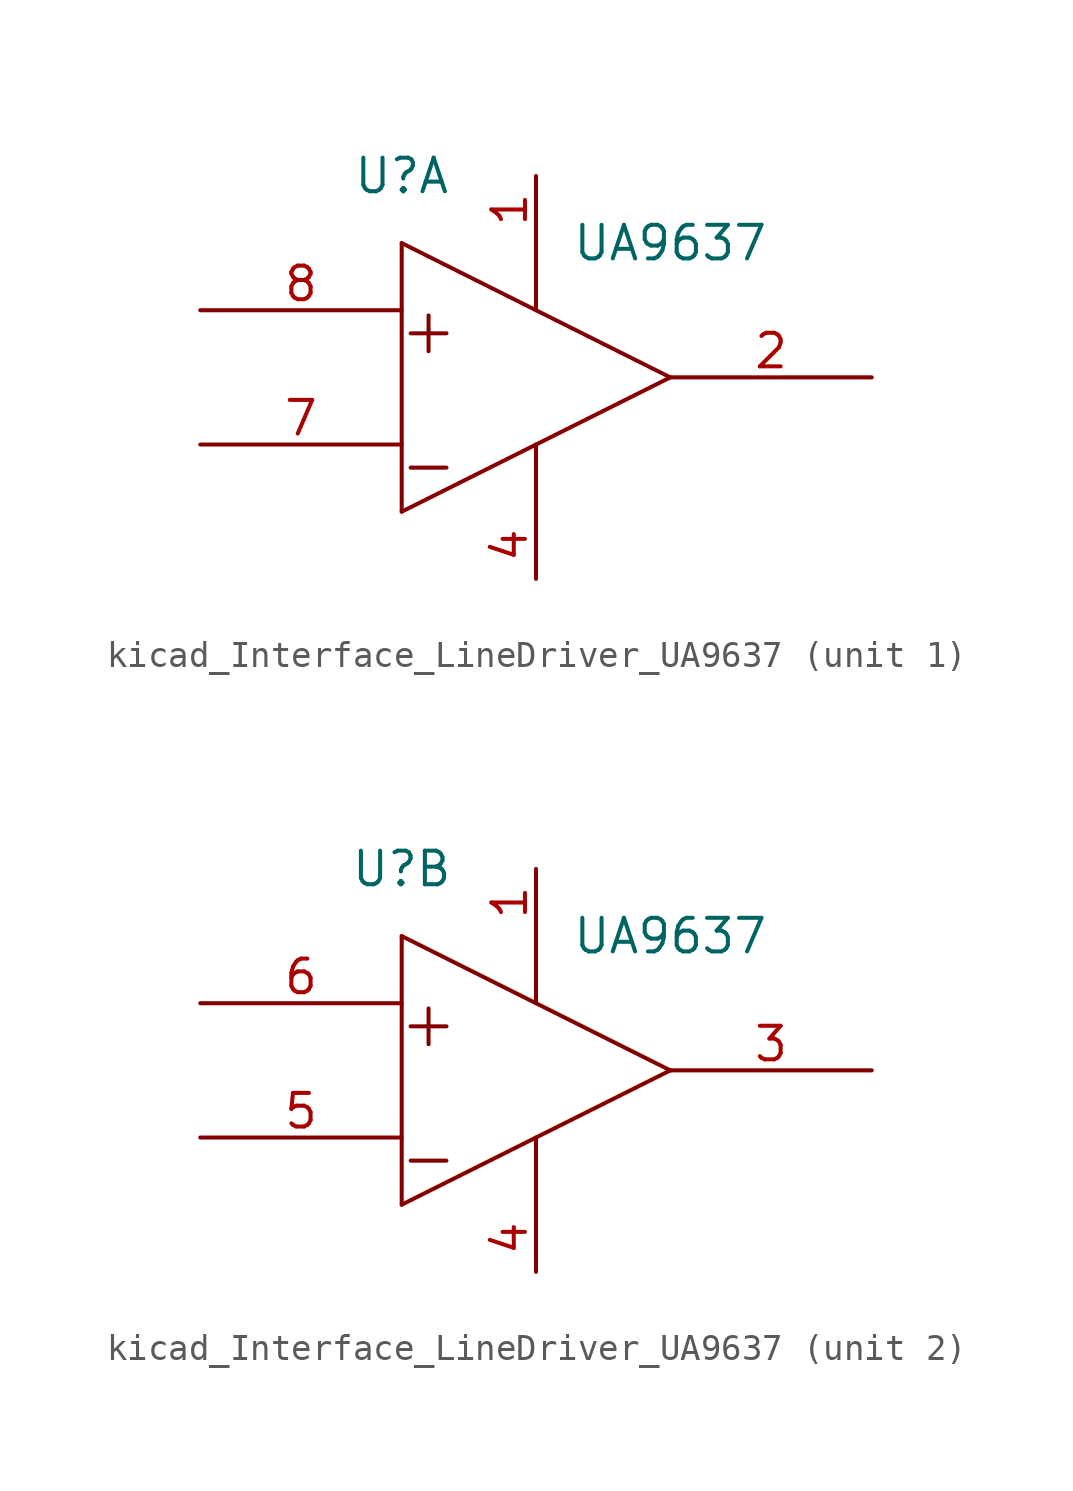
<source format=kicad_sym>
(kicad_symbol_lib
  (version 20220914)
  (generator kicad_symbol_editor)
  (symbol "kicad_Interface_LineDriver_UA9637"
    (pin_names
      (offset 1.016) hide)
    (property "Reference" "U"
      (at -5.08 7.62 0)
      (effects (font (size 1.27 1.27))))
    (property "Value" "UA9637"
      (at 5.08 5.08 0)
      (effects (font (size 1.27 1.27))))
    (symbol "kicad_Interface_LineDriver_UA9637_0_1"
      (polyline (pts (xy -5.08 5.08) (xy -5.08 -5.08)) (stroke (width 0) (type default)) (fill (type none)))
      (polyline (pts (xy -5.08 5.08) (xy 5.08 0)) (stroke (width 0) (type default)) (fill (type none)))
      (polyline (pts (xy 0 -2.54) (xy 0 -5.08)) (stroke (width 0) (type default)) (fill (type none)))
      (polyline (pts (xy 0 5.08) (xy 0 2.54)) (stroke (width 0) (type default)) (fill (type none)))
      (polyline (pts (xy 5.08 0) (xy -5.08 -5.08)) (stroke (width 0) (type default)) (fill (type none)))
      (text "+" (at -4.064 1.803 0) (effects (font (size 1.778 1.778))))
      (text "-" (at -4.064 -3.277 0) (effects (font (size 1.778 1.778)))))
    (symbol "kicad_Interface_LineDriver_UA9637_1_1"
      (pin power_in line (at 0 7.62 270) (length 2.54) (name "VCC" (effects (font (size 1.27 1.27)))) (number "1" (effects (font (size 1.27 1.27)))))
      (pin output line (at 12.7 0 180) (length 7.62) (name "OUT" (effects (font (size 1.27 1.27)))) (number "2" (effects (font (size 1.27 1.27)))))
      (pin power_in line (at 0 -7.62 90) (length 2.54) (name "GND" (effects (font (size 1.27 1.27)))) (number "4" (effects (font (size 1.27 1.27)))))
      (pin input line (at -12.7 -2.54 0) (length 7.62) (name "IN-" (effects (font (size 1.27 1.27)))) (number "7" (effects (font (size 1.27 1.27)))))
      (pin input line (at -12.7 2.54 0) (length 7.62) (name "IN+" (effects (font (size 1.27 1.27)))) (number "8" (effects (font (size 1.27 1.27))))))
    (symbol "kicad_Interface_LineDriver_UA9637_2_1"
      (pin power_in line (at 0 7.62 270) (length 2.54) (name "VCC" (effects (font (size 1.27 1.27)))) (number "1" (effects (font (size 1.27 1.27)))))
      (pin output line (at 12.7 0 180) (length 7.62) (name "OUT" (effects (font (size 1.27 1.27)))) (number "3" (effects (font (size 1.27 1.27)))))
      (pin power_in line (at 0 -7.62 90) (length 2.54) (name "GND" (effects (font (size 1.27 1.27)))) (number "4" (effects (font (size 1.27 1.27)))))
      (pin input line (at -12.7 -2.54 0) (length 7.62) (name "IN-" (effects (font (size 1.27 1.27)))) (number "5" (effects (font (size 1.27 1.27)))))
      (pin input line (at -12.7 2.54 0) (length 7.62) (name "IN+" (effects (font (size 1.27 1.27)))) (number "6" (effects (font (size 1.27 1.27))))))))
</source>
